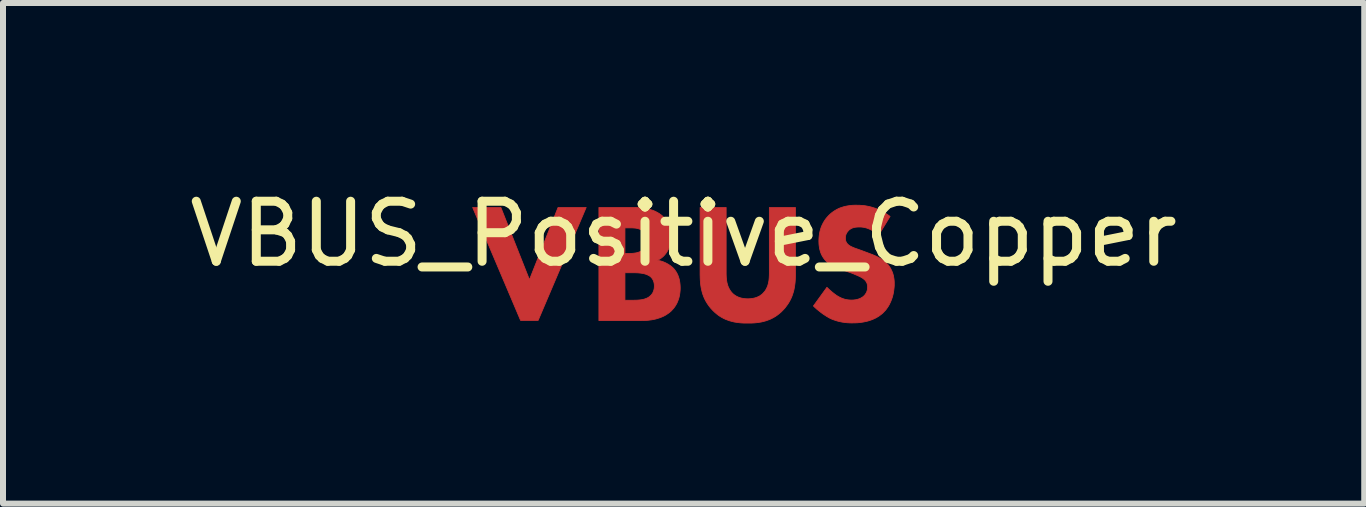
<source format=kicad_pcb>
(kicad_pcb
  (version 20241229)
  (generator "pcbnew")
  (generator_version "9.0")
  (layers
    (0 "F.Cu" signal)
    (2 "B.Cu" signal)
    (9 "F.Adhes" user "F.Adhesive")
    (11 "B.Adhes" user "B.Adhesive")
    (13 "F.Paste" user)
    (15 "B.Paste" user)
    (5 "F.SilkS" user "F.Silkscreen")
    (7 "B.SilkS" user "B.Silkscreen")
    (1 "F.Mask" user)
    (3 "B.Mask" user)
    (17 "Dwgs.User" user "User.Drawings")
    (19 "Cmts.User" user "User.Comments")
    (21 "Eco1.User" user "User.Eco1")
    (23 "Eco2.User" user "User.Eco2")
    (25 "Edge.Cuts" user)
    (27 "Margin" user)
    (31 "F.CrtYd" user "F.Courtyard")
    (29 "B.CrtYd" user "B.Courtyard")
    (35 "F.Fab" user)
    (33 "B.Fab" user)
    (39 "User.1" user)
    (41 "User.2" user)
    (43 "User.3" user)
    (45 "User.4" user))
  (footprint "VBUS_Positive_Copper"
    (layer "F.Cu")
    (at 8.339 1.348)
    (property "Reference" "VBUS_Positive_Copper" (at 0 -0.5 0) (unlocked yes) (layer "F.SilkS") (effects (font (size 1 1) (thickness 0.15))))
    (fp_poly (pts (xy -2.568 0.262) (xy -2.092 -0.941) (xy -1.623 -0.941) (xy -2.423 0.94) (xy -2.716 0.94) (xy -3.514 -0.941) (xy -3.044 -0.941)) (stroke (width 0.013) (type solid)) (fill yes) (layer "F.Cu"))
    (fp_poly (pts (xy 0.709 0.164) (xy 0.71 0.196) (xy 0.711 0.214) (xy 0.712 0.233) (xy 0.714 0.253) (xy 0.716 0.274) (xy 0.72 0.294) (xy 0.724 0.316) (xy 0.73 0.337) (xy 0.736 0.359) (xy 0.744 0.38) (xy 0.754 0.401) (xy 0.765 0.422) (xy 0.777 0.442) (xy 0.784 0.452) (xy 0.792 0.462) (xy 0.8 0.472) (xy 0.808 0.481) (xy 0.823 0.496) (xy 0.838 0.509) (xy 0.854 0.52) (xy 0.87 0.531) (xy 0.887 0.54) (xy 0.903 0.548) (xy 0.92 0.555) (xy 0.937 0.561) (xy 0.954 0.566) (xy 0.971 0.57) (xy 0.988 0.573) (xy 1.005 0.576) (xy 1.022 0.578) (xy 1.038 0.579) (xy 1.054 0.58) (xy 1.069 0.58) (xy 1.085 0.58) (xy 1.101 0.579) (xy 1.117 0.578) (xy 1.134 0.576) (xy 1.151 0.573) (xy 1.168 0.57) (xy 1.185 0.566) (xy 1.202 0.561) (xy 1.219 0.555) (xy 1.236 0.548) (xy 1.253 0.54) (xy 1.27 0.531) (xy 1.285 0.52) (xy 1.301 0.509) (xy 1.316 0.496) (xy 1.323 0.488) (xy 1.33 0.481) (xy 1.338 0.472) (xy 1.346 0.463) (xy 1.354 0.453) (xy 1.361 0.444) (xy 1.373 0.424) (xy 1.384 0.403) (xy 1.394 0.382) (xy 1.402 0.361) (xy 1.408 0.34) (xy 1.414 0.318) (xy 1.418 0.297) (xy 1.422 0.276) (xy 1.424 0.255) (xy 1.426 0.235) (xy 1.428 0.198) (xy 1.429 0.164) (xy 1.429 -0.941) (xy 1.863 -0.941) (xy 1.863 0.174) (xy 1.863 0.174) (xy 1.862 0.243) (xy 1.86 0.279) (xy 1.857 0.316) (xy 1.852 0.353) (xy 1.846 0.391) (xy 1.839 0.429) (xy 1.829 0.467) (xy 1.817 0.505) (xy 1.803 0.544) (xy 1.786 0.582) (xy 1.766 0.621) (xy 1.743 0.659) (xy 1.717 0.696) (xy 1.688 0.734) (xy 1.655 0.77) (xy 1.621 0.804) (xy 1.586 0.833) (xy 1.551 0.86) (xy 1.515 0.883) (xy 1.479 0.903) (xy 1.442 0.921) (xy 1.406 0.935) (xy 1.369 0.948) (xy 1.331 0.958) (xy 1.294 0.967) (xy 1.256 0.973) (xy 1.219 0.978) (xy 1.181 0.982) (xy 1.144 0.984) (xy 1.106 0.985) (xy 1.069 0.985) (xy 1.032 0.985) (xy 0.995 0.984) (xy 0.957 0.982) (xy 0.92 0.978) (xy 0.882 0.973) (xy 0.844 0.967) (xy 0.807 0.958) (xy 0.77 0.948) (xy 0.733 0.935) (xy 0.696 0.921) (xy 0.659 0.903) (xy 0.623 0.883) (xy 0.587 0.86) (xy 0.552 0.833) (xy 0.518 0.804) (xy 0.483 0.77) (xy 0.45 0.734) (xy 0.421 0.697) (xy 0.395 0.66) (xy 0.372 0.622) (xy 0.352 0.584) (xy 0.335 0.545) (xy 0.321 0.507) (xy 0.309 0.468) (xy 0.3 0.43) (xy 0.292 0.392) (xy 0.286 0.354) (xy 0.282 0.316) (xy 0.279 0.28) (xy 0.277 0.244) (xy 0.275 0.174) (xy 0.275 -0.941) (xy 0.709 -0.941)) (stroke (width 0.013) (type solid)) (fill yes) (layer "F.Cu"))
    (fp_poly (pts (xy -0.785 -0.94) (xy -0.732 -0.937) (xy -0.702 -0.935) (xy -0.671 -0.931) (xy -0.639 -0.926) (xy -0.606 -0.92) (xy -0.573 -0.912) (xy -0.539 -0.902) (xy -0.505 -0.891) (xy -0.472 -0.877) (xy -0.44 -0.86) (xy -0.424 -0.851) (xy -0.408 -0.842) (xy -0.393 -0.831) (xy -0.378 -0.82) (xy -0.363 -0.809) (xy -0.349 -0.796) (xy -0.338 -0.785) (xy -0.328 -0.774) (xy -0.318 -0.762) (xy -0.309 -0.751) (xy -0.292 -0.727) (xy -0.278 -0.703) (xy -0.265 -0.678) (xy -0.254 -0.654) (xy -0.245 -0.629) (xy -0.237 -0.605) (xy -0.231 -0.581) (xy -0.226 -0.557) (xy -0.222 -0.535) (xy -0.219 -0.513) (xy -0.217 -0.493) (xy -0.216 -0.474) (xy -0.215 -0.44) (xy -0.216 -0.411) (xy -0.216 -0.397) (xy -0.218 -0.382) (xy -0.219 -0.368) (xy -0.221 -0.353) (xy -0.224 -0.338) (xy -0.227 -0.322) (xy -0.231 -0.307) (xy -0.235 -0.292) (xy -0.24 -0.277) (xy -0.246 -0.261) (xy -0.253 -0.246) (xy -0.261 -0.23) (xy -0.269 -0.215) (xy -0.279 -0.2) (xy -0.288 -0.186) (xy -0.298 -0.172) (xy -0.308 -0.16) (xy -0.318 -0.148) (xy -0.328 -0.137) (xy -0.338 -0.127) (xy -0.349 -0.117) (xy -0.359 -0.109) (xy -0.37 -0.1) (xy -0.38 -0.093) (xy -0.39 -0.086) (xy -0.4 -0.08) (xy -0.41 -0.075) (xy -0.419 -0.07) (xy -0.428 -0.066) (xy -0.437 -0.062) (xy -0.42 -0.059) (xy -0.403 -0.055) (xy -0.385 -0.051) (xy -0.368 -0.046) (xy -0.35 -0.04) (xy -0.333 -0.034) (xy -0.316 -0.026) (xy -0.299 -0.019) (xy -0.282 -0.01) (xy -0.266 -0.001) (xy -0.25 0.008) (xy -0.234 0.019) (xy -0.219 0.029) (xy -0.204 0.041) (xy -0.19 0.052) (xy -0.176 0.065) (xy -0.164 0.077) (xy -0.153 0.091) (xy -0.142 0.105) (xy -0.131 0.121) (xy -0.12 0.137) (xy -0.11 0.155) (xy -0.101 0.174) (xy -0.092 0.194) (xy -0.085 0.215) (xy -0.077 0.238) (xy -0.071 0.261) (xy -0.066 0.287) (xy -0.062 0.313) (xy -0.059 0.34) (xy -0.057 0.369) (xy -0.056 0.4) (xy -0.057 0.435) (xy -0.06 0.468) (xy -0.064 0.499) (xy -0.069 0.529) (xy -0.076 0.558) (xy -0.084 0.585) (xy -0.093 0.61) (xy -0.103 0.634) (xy -0.113 0.657) (xy -0.125 0.678) (xy -0.137 0.698) (xy -0.15 0.717) (xy -0.163 0.735) (xy -0.177 0.751) (xy -0.191 0.766) (xy -0.204 0.781) (xy -0.219 0.794) (xy -0.234 0.807) (xy -0.25 0.819) (xy -0.266 0.83) (xy -0.298 0.851) (xy -0.331 0.869) (xy -0.365 0.884) (xy -0.399 0.897) (xy -0.434 0.908) (xy -0.468 0.918) (xy -0.501 0.925) (xy -0.534 0.931) (xy -0.566 0.935) (xy -0.597 0.939) (xy -0.653 0.942) (xy -0.702 0.943) (xy -1.411 0.943) (xy -1.411 0.605) (xy -0.977 0.605) (xy -0.871 0.605) (xy -0.829 0.604) (xy -0.786 0.603) (xy -0.764 0.602) (xy -0.742 0.6) (xy -0.72 0.598) (xy -0.699 0.595) (xy -0.678 0.591) (xy -0.657 0.586) (xy -0.637 0.579) (xy -0.618 0.572) (xy -0.599 0.563) (xy -0.582 0.553) (xy -0.573 0.547) (xy -0.565 0.541) (xy -0.558 0.534) (xy -0.55 0.527) (xy -0.543 0.52) (xy -0.536 0.513) (xy -0.53 0.505) (xy -0.524 0.497) (xy -0.518 0.488) (xy -0.513 0.479) (xy -0.508 0.469) (xy -0.504 0.459) (xy -0.5 0.449) (xy -0.497 0.439) (xy -0.494 0.428) (xy -0.491 0.416) (xy -0.489 0.405) (xy -0.488 0.393) (xy -0.487 0.381) (xy -0.487 0.368) (xy -0.487 0.354) (xy -0.488 0.34) (xy -0.49 0.327) (xy -0.492 0.315) (xy -0.495 0.304) (xy -0.498 0.293) (xy -0.502 0.282) (xy -0.506 0.272) (xy -0.511 0.263) (xy -0.515 0.255) (xy -0.52 0.247) (xy -0.525 0.24) (xy -0.531 0.233) (xy -0.536 0.227) (xy -0.541 0.221) (xy -0.547 0.216) (xy -0.554 0.21) (xy -0.562 0.204) (xy -0.57 0.198) (xy -0.579 0.193) (xy -0.597 0.184) (xy -0.615 0.176) (xy -0.635 0.169) (xy -0.656 0.163) (xy -0.677 0.158) (xy -0.698 0.155) (xy -0.719 0.152) (xy -0.741 0.15) (xy -0.762 0.148) (xy -0.782 0.147) (xy -0.822 0.146) (xy -0.857 0.146) (xy -0.977 0.146) (xy -0.977 0.605) (xy -1.411 0.605) (xy -1.411 -0.175) (xy -0.977 -0.175) (xy -0.906 -0.175) (xy -0.882 -0.176) (xy -0.855 -0.177) (xy -0.841 -0.178) (xy -0.827 -0.18) (xy -0.812 -0.182) (xy -0.797 -0.184) (xy -0.782 -0.187) (xy -0.767 -0.191) (xy -0.753 -0.195) (xy -0.739 -0.2) (xy -0.725 -0.206) (xy -0.712 -0.213) (xy -0.699 -0.22) (xy -0.688 -0.228) (xy -0.68 -0.234) (xy -0.673 -0.24) (xy -0.666 -0.247) (xy -0.659 -0.254) (xy -0.653 -0.263) (xy -0.646 -0.272) (xy -0.64 -0.281) (xy -0.634 -0.291) (xy -0.632 -0.296) (xy -0.629 -0.302) (xy -0.627 -0.307) (xy -0.624 -0.313) (xy -0.622 -0.319) (xy -0.62 -0.325) (xy -0.618 -0.331) (xy -0.617 -0.338) (xy -0.615 -0.344) (xy -0.614 -0.351) (xy -0.613 -0.358) (xy -0.612 -0.365) (xy -0.611 -0.372) (xy -0.611 -0.379) (xy -0.61 -0.386) (xy -0.61 -0.394) (xy -0.611 -0.409) (xy -0.612 -0.423) (xy -0.614 -0.437) (xy -0.617 -0.449) (xy -0.62 -0.462) (xy -0.624 -0.473) (xy -0.629 -0.484) (xy -0.634 -0.494) (xy -0.639 -0.504) (xy -0.645 -0.513) (xy -0.651 -0.521) (xy -0.658 -0.529) (xy -0.664 -0.536) (xy -0.671 -0.542) (xy -0.678 -0.548) (xy -0.684 -0.553) (xy -0.69 -0.557) (xy -0.696 -0.561) (xy -0.709 -0.569) (xy -0.722 -0.576) (xy -0.735 -0.581) (xy -0.749 -0.586) (xy -0.763 -0.59) (xy -0.777 -0.593) (xy -0.792 -0.596) (xy -0.806 -0.598) (xy -0.821 -0.599) (xy -0.836 -0.6) (xy -0.851 -0.601) (xy -0.881 -0.602) (xy -0.91 -0.602) (xy -0.977 -0.602) (xy -0.977 -0.175) (xy -1.411 -0.175) (xy -1.411 -0.941) (xy -0.829 -0.941)) (stroke (width 0.013) (type solid)) (fill yes) (layer "F.Cu"))
    (fp_poly (pts (xy 2.935 -0.978) (xy 2.964 -0.976) (xy 2.994 -0.974) (xy 3.025 -0.97) (xy 3.058 -0.964) (xy 3.093 -0.957) (xy 3.128 -0.948) (xy 3.164 -0.937) (xy 3.202 -0.925) (xy 3.24 -0.909) (xy 3.279 -0.892) (xy 3.318 -0.871) (xy 3.358 -0.848) (xy 3.399 -0.822) (xy 3.44 -0.792) (xy 3.246 -0.475) (xy 3.246 -0.482) (xy 3.22 -0.504) (xy 3.194 -0.524) (xy 3.169 -0.542) (xy 3.145 -0.557) (xy 3.121 -0.569) (xy 3.098 -0.58) (xy 3.076 -0.589) (xy 3.055 -0.597) (xy 3.035 -0.603) (xy 3.016 -0.607) (xy 2.998 -0.611) (xy 2.982 -0.613) (xy 2.966 -0.615) (xy 2.952 -0.616) (xy 2.928 -0.616) (xy 2.905 -0.616) (xy 2.893 -0.615) (xy 2.881 -0.614) (xy 2.869 -0.613) (xy 2.857 -0.611) (xy 2.845 -0.609) (xy 2.833 -0.606) (xy 2.821 -0.602) (xy 2.809 -0.598) (xy 2.797 -0.592) (xy 2.786 -0.586) (xy 2.775 -0.579) (xy 2.764 -0.572) (xy 2.759 -0.567) (xy 2.754 -0.563) (xy 2.749 -0.558) (xy 2.745 -0.553) (xy 2.74 -0.547) (xy 2.735 -0.541) (xy 2.73 -0.535) (xy 2.725 -0.529) (xy 2.721 -0.522) (xy 2.717 -0.515) (xy 2.713 -0.508) (xy 2.709 -0.501) (xy 2.706 -0.493) (xy 2.704 -0.485) (xy 2.701 -0.477) (xy 2.699 -0.468) (xy 2.698 -0.46) (xy 2.696 -0.451) (xy 2.696 -0.442) (xy 2.695 -0.433) (xy 2.696 -0.424) (xy 2.696 -0.416) (xy 2.697 -0.408) (xy 2.698 -0.401) (xy 2.7 -0.393) (xy 2.701 -0.386) (xy 2.703 -0.38) (xy 2.706 -0.373) (xy 2.709 -0.367) (xy 2.712 -0.361) (xy 2.715 -0.355) (xy 2.719 -0.349) (xy 2.723 -0.343) (xy 2.728 -0.338) (xy 2.733 -0.332) (xy 2.738 -0.327) (xy 2.747 -0.319) (xy 2.756 -0.312) (xy 2.766 -0.305) (xy 2.776 -0.299) (xy 2.787 -0.293) (xy 2.799 -0.287) (xy 2.812 -0.281) (xy 2.825 -0.275) (xy 2.84 -0.269) (xy 2.856 -0.263) (xy 2.89 -0.251) (xy 2.974 -0.221) (xy 3.115 -0.168) (xy 3.147 -0.156) (xy 3.179 -0.142) (xy 3.213 -0.127) (xy 3.23 -0.119) (xy 3.247 -0.11) (xy 3.263 -0.101) (xy 3.28 -0.092) (xy 3.297 -0.082) (xy 3.313 -0.071) (xy 3.328 -0.06) (xy 3.344 -0.049) (xy 3.359 -0.036) (xy 3.373 -0.023) (xy 3.392 -0.003) (xy 3.41 0.017) (xy 3.426 0.039) (xy 3.44 0.06) (xy 3.453 0.082) (xy 3.464 0.105) (xy 3.474 0.127) (xy 3.483 0.15) (xy 3.49 0.173) (xy 3.496 0.195) (xy 3.5 0.218) (xy 3.504 0.24) (xy 3.507 0.262) (xy 3.509 0.284) (xy 3.51 0.305) (xy 3.51 0.326) (xy 3.51 0.362) (xy 3.507 0.397) (xy 3.503 0.432) (xy 3.498 0.466) (xy 3.492 0.499) (xy 3.484 0.531) (xy 3.475 0.563) (xy 3.464 0.593) (xy 3.453 0.622) (xy 3.44 0.65) (xy 3.427 0.677) (xy 3.412 0.703) (xy 3.396 0.727) (xy 3.38 0.75) (xy 3.363 0.772) (xy 3.344 0.791) (xy 3.329 0.808) (xy 3.313 0.823) (xy 3.296 0.837) (xy 3.279 0.85) (xy 3.262 0.863) (xy 3.244 0.875) (xy 3.209 0.896) (xy 3.172 0.914) (xy 3.136 0.929) (xy 3.099 0.942) (xy 3.062 0.953) (xy 3.026 0.961) (xy 2.991 0.968) (xy 2.957 0.973) (xy 2.924 0.977) (xy 2.893 0.98) (xy 2.863 0.981) (xy 2.812 0.982) (xy 2.787 0.982) (xy 2.762 0.981) (xy 2.738 0.98) (xy 2.714 0.978) (xy 2.69 0.975) (xy 2.666 0.972) (xy 2.643 0.969) (xy 2.62 0.964) (xy 2.596 0.959) (xy 2.574 0.954) (xy 2.551 0.947) (xy 2.528 0.94) (xy 2.505 0.932) (xy 2.483 0.924) (xy 2.46 0.915) (xy 2.438 0.904) (xy 2.42 0.895) (xy 2.402 0.884) (xy 2.383 0.873) (xy 2.365 0.861) (xy 2.346 0.849) (xy 2.328 0.837) (xy 2.291 0.81) (xy 2.256 0.782) (xy 2.222 0.755) (xy 2.191 0.727) (xy 2.163 0.7) (xy 2.388 0.389) (xy 2.408 0.408) (xy 2.429 0.428) (xy 2.452 0.448) (xy 2.475 0.468) (xy 2.499 0.487) (xy 2.522 0.505) (xy 2.533 0.513) (xy 2.544 0.521) (xy 2.555 0.528) (xy 2.565 0.534) (xy 2.579 0.542) (xy 2.593 0.55) (xy 2.607 0.557) (xy 2.621 0.564) (xy 2.635 0.57) (xy 2.649 0.575) (xy 2.663 0.58) (xy 2.678 0.585) (xy 2.692 0.589) (xy 2.707 0.592) (xy 2.722 0.595) (xy 2.737 0.597) (xy 2.753 0.599) (xy 2.769 0.6) (xy 2.785 0.601) (xy 2.801 0.601) (xy 2.812 0.601) (xy 2.823 0.6) (xy 2.835 0.6) (xy 2.847 0.598) (xy 2.859 0.597) (xy 2.872 0.595) (xy 2.885 0.592) (xy 2.897 0.589) (xy 2.91 0.585) (xy 2.923 0.581) (xy 2.936 0.576) (xy 2.949 0.57) (xy 2.962 0.563) (xy 2.974 0.555) (xy 2.987 0.547) (xy 2.999 0.537) (xy 3.005 0.531) (xy 3.012 0.525) (xy 3.018 0.518) (xy 3.024 0.51) (xy 3.03 0.502) (xy 3.035 0.494) (xy 3.041 0.485) (xy 3.046 0.476) (xy 3.05 0.467) (xy 3.054 0.456) (xy 3.057 0.446) (xy 3.059 0.44) (xy 3.06 0.435) (xy 3.062 0.429) (xy 3.063 0.423) (xy 3.064 0.417) (xy 3.064 0.411) (xy 3.065 0.405) (xy 3.065 0.399) (xy 3.066 0.392) (xy 3.066 0.386) (xy 3.066 0.374) (xy 3.065 0.363) (xy 3.063 0.353) (xy 3.061 0.343) (xy 3.059 0.333) (xy 3.056 0.324) (xy 3.053 0.315) (xy 3.049 0.307) (xy 3.044 0.299) (xy 3.039 0.291) (xy 3.034 0.284) (xy 3.029 0.277) (xy 3.023 0.27) (xy 3.016 0.264) (xy 3.009 0.258) (xy 3.002 0.252) (xy 2.992 0.244) (xy 2.981 0.236) (xy 2.968 0.228) (xy 2.955 0.22) (xy 2.94 0.213) (xy 2.925 0.205) (xy 2.894 0.191) (xy 2.863 0.178) (xy 2.833 0.165) (xy 2.784 0.146) (xy 2.628 0.093) (xy 2.595 0.081) (xy 2.56 0.067) (xy 2.526 0.053) (xy 2.508 0.045) (xy 2.491 0.036) (xy 2.474 0.027) (xy 2.458 0.017) (xy 2.441 0.007) (xy 2.425 -0.004) (xy 2.41 -0.015) (xy 2.395 -0.028) (xy 2.381 -0.041) (xy 2.367 -0.055) (xy 2.35 -0.075) (xy 2.334 -0.096) (xy 2.32 -0.117) (xy 2.308 -0.138) (xy 2.297 -0.16) (xy 2.288 -0.181) (xy 2.28 -0.203) (xy 2.274 -0.225) (xy 2.268 -0.246) (xy 2.264 -0.267) (xy 2.261 -0.288) (xy 2.258 -0.308) (xy 2.256 -0.328) (xy 2.255 -0.347) (xy 2.254 -0.383) (xy 2.255 -0.414) (xy 2.257 -0.444) (xy 2.26 -0.474) (xy 2.264 -0.503) (xy 2.269 -0.531) (xy 2.276 -0.559) (xy 2.284 -0.587) (xy 2.293 -0.613) (xy 2.304 -0.64) (xy 2.316 -0.665) (xy 2.329 -0.69) (xy 2.344 -0.715) (xy 2.36 -0.739) (xy 2.377 -0.762) (xy 2.396 -0.784) (xy 2.417 -0.807) (xy 2.442 -0.831) (xy 2.468 -0.853) (xy 2.494 -0.872) (xy 2.521 -0.89) (xy 2.549 -0.906) (xy 2.576 -0.92) (xy 2.605 -0.933) (xy 2.634 -0.943) (xy 2.663 -0.952) (xy 2.693 -0.96) (xy 2.723 -0.966) (xy 2.754 -0.971) (xy 2.785 -0.975) (xy 2.817 -0.978) (xy 2.85 -0.979) (xy 2.882 -0.979)) (stroke (width 0.013) (type solid)) (fill yes) (layer "F.Cu")))
  (gr_rect
    (start -3 -3)
    (end 19.679 5.34)
    (stroke (width 0.1) (type default))
    (fill no)
    (layer "Edge.Cuts")))
</source>
